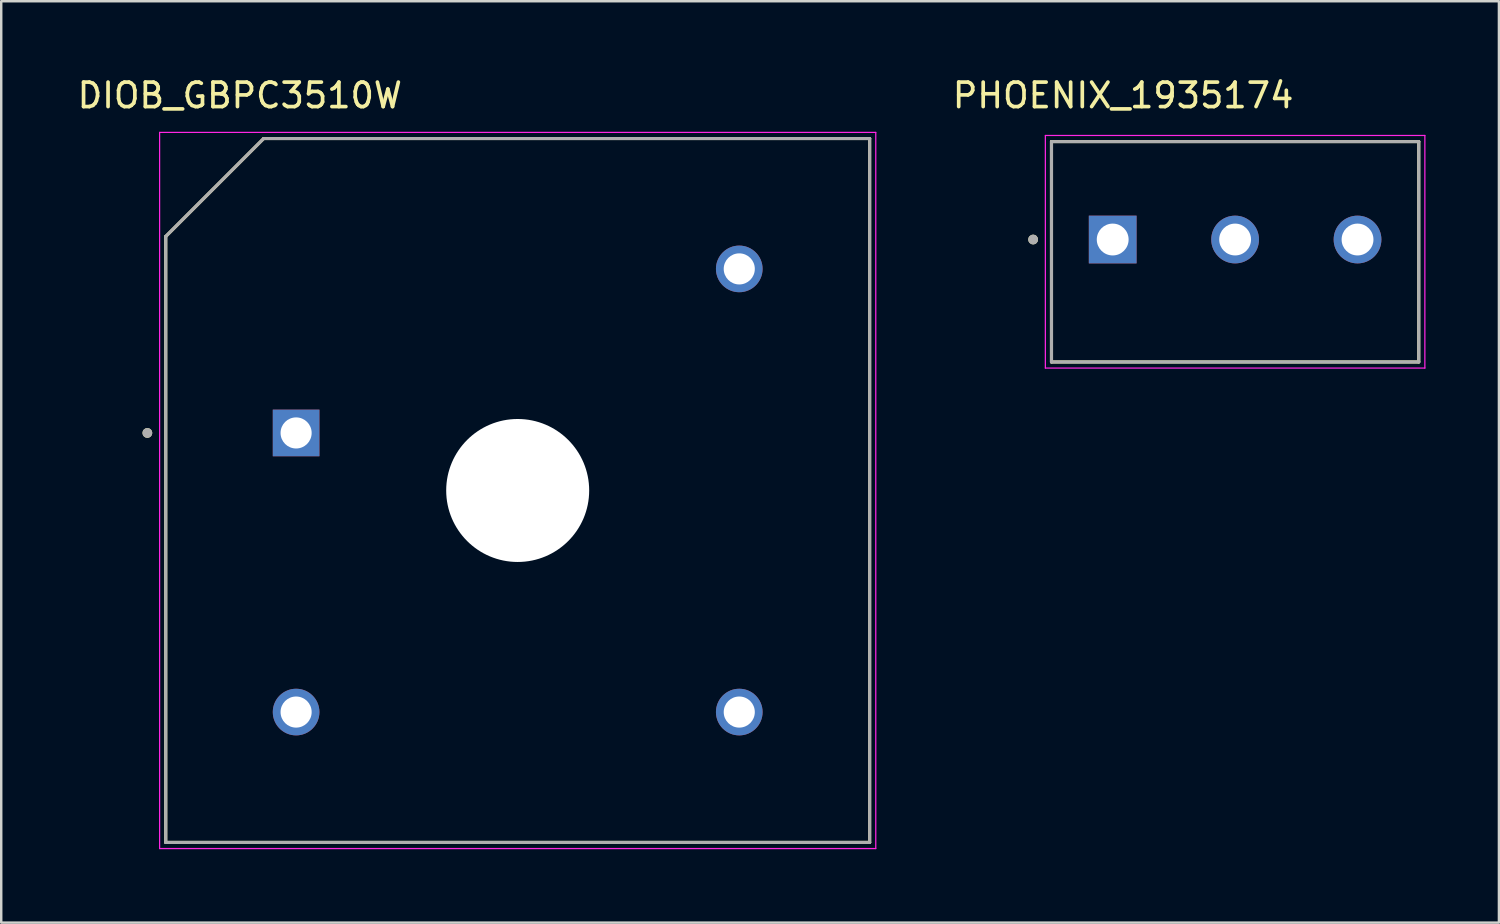
<source format=kicad_pcb>
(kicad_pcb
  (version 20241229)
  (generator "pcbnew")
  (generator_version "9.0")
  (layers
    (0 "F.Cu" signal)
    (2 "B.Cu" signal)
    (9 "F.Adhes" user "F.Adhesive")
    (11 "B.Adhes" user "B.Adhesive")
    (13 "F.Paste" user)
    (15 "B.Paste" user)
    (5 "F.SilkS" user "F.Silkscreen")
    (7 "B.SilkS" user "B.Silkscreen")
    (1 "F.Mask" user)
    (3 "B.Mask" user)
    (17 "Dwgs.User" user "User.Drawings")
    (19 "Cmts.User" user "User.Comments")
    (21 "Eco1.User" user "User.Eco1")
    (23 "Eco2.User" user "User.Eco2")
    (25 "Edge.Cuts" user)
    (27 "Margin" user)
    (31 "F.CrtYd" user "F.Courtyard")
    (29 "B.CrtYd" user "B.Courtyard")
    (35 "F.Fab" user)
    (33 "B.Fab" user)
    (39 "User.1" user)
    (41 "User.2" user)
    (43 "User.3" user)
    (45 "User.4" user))
  (footprint "DIOB_GBPC3510W"
    (layer "F.Cu")
    (at 18.094 16.983)
    (property "Reference" "DIOB_GBPC3510W" (at -11.35 -16.135 0) (layer "F.SilkS") (effects (font (size 1 1) (thickness 0.15))))
    (attr through_hole)
    (fp_line (start -14.375 -10.375) (end -10.375 -14.375) (stroke (width 0.127) (type solid)) (layer "F.SilkS"))
    (fp_line (start -14.375 14.375) (end -14.375 -10.375) (stroke (width 0.127) (type solid)) (layer "F.SilkS"))
    (fp_line (start -10.375 -14.375) (end 14.375 -14.375) (stroke (width 0.127) (type solid)) (layer "F.SilkS"))
    (fp_line (start 14.375 -14.375) (end 14.375 14.375) (stroke (width 0.127) (type solid)) (layer "F.SilkS"))
    (fp_line (start 14.375 14.375) (end -14.375 14.375) (stroke (width 0.127) (type solid)) (layer "F.SilkS"))
    (fp_circle (center -15.125 -2.35) (end -15.025 -2.35) (stroke (width 0.2) (type solid)) (fill no) (layer "F.SilkS"))
    (fp_line (start -14.625 -14.625) (end -14.625 14.625) (stroke (width 0.05) (type solid)) (layer "F.CrtYd"))
    (fp_line (start -14.625 14.625) (end 14.625 14.625) (stroke (width 0.05) (type solid)) (layer "F.CrtYd"))
    (fp_line (start 14.625 -14.625) (end -14.625 -14.625) (stroke (width 0.05) (type solid)) (layer "F.CrtYd"))
    (fp_line (start 14.625 14.625) (end 14.625 -14.625) (stroke (width 0.05) (type solid)) (layer "F.CrtYd"))
    (fp_line (start -14.375 -10.375) (end -10.375 -14.375) (stroke (width 0.127) (type solid)) (layer "F.Fab"))
    (fp_line (start -14.375 14.375) (end -14.375 -10.375) (stroke (width 0.127) (type solid)) (layer "F.Fab"))
    (fp_line (start -10.375 -14.375) (end 14.375 -14.375) (stroke (width 0.127) (type solid)) (layer "F.Fab"))
    (fp_line (start 14.375 -14.375) (end 14.375 14.375) (stroke (width 0.127) (type solid)) (layer "F.Fab"))
    (fp_line (start 14.375 14.375) (end -14.375 14.375) (stroke (width 0.127) (type solid)) (layer "F.Fab"))
    (fp_circle (center -15.125 -2.35) (end -15.025 -2.35) (stroke (width 0.2) (type solid)) (fill no) (layer "F.Fab"))
    (pad "" np_thru_hole circle (at 0 0) (size 5.84 5.84) (drill 5.84) (layers "*.Cu" "*.Mask"))
    (pad "+" thru_hole rect (at -9.05 -2.35) (size 1.905 1.905) (drill 1.27) (layers "*.Cu" "*.Mask"))
    (pad "-" thru_hole circle (at 9.05 9.05) (size 1.905 1.905) (drill 1.27) (layers "*.Cu" "*.Mask"))
    (pad "AC1" thru_hole circle (at 9.05 -9.05) (size 1.905 1.905) (drill 1.27) (layers "*.Cu" "*.Mask"))
    (pad "AC2" thru_hole circle (at -9.05 9.05) (size 1.905 1.905) (drill 1.27) (layers "*.Cu" "*.Mask")))
  (footprint "PHOENIX_1935174"
    (layer "F.Cu")
    (at 47.396 6.733)
    (property "Reference" "PHOENIX_1935174" (at -4.575 -5.885 0) (layer "F.SilkS") (effects (font (size 1 1) (thickness 0.15))))
    (attr through_hole)
    (fp_line (start -7.5 -4) (end 7.5 -4) (stroke (width 0.127) (type solid)) (layer "F.SilkS"))
    (fp_line (start -7.5 5) (end -7.5 -4) (stroke (width 0.127) (type solid)) (layer "F.SilkS"))
    (fp_line (start 7.5 -4) (end 7.5 5) (stroke (width 0.127) (type solid)) (layer "F.SilkS"))
    (fp_line (start 7.5 5) (end -7.5 5) (stroke (width 0.127) (type solid)) (layer "F.SilkS"))
    (fp_circle (center -8.25 0) (end -8.15 0) (stroke (width 0.2) (type solid)) (fill no) (layer "F.SilkS"))
    (fp_line (start -7.75 -4.25) (end -7.75 5.25) (stroke (width 0.05) (type solid)) (layer "F.CrtYd"))
    (fp_line (start -7.75 5.25) (end 7.75 5.25) (stroke (width 0.05) (type solid)) (layer "F.CrtYd"))
    (fp_line (start 7.75 -4.25) (end -7.75 -4.25) (stroke (width 0.05) (type solid)) (layer "F.CrtYd"))
    (fp_line (start 7.75 5.25) (end 7.75 -4.25) (stroke (width 0.05) (type solid)) (layer "F.CrtYd"))
    (fp_line (start -7.5 -4) (end 7.5 -4) (stroke (width 0.127) (type solid)) (layer "F.Fab"))
    (fp_line (start -7.5 5) (end -7.5 -4) (stroke (width 0.127) (type solid)) (layer "F.Fab"))
    (fp_line (start 7.5 -4) (end 7.5 5) (stroke (width 0.127) (type solid)) (layer "F.Fab"))
    (fp_line (start 7.5 5) (end -7.5 5) (stroke (width 0.127) (type solid)) (layer "F.Fab"))
    (fp_circle (center -8.25 0) (end -8.15 0) (stroke (width 0.2) (type solid)) (fill no) (layer "F.Fab"))
    (pad "1" thru_hole rect (at -5 0) (size 1.95 1.95) (drill 1.3) (layers "*.Cu" "*.Mask"))
    (pad "2" thru_hole circle (at 0 0) (size 1.95 1.95) (drill 1.3) (layers "*.Cu" "*.Mask"))
    (pad "3" thru_hole circle (at 5 0) (size 1.95 1.95) (drill 1.3) (layers "*.Cu" "*.Mask")))
  (gr_rect
    (start -3 -3)
    (end 58.171 34.633)
    (stroke (width 0.1) (type default))
    (fill no)
    (layer "Edge.Cuts")))
</source>
